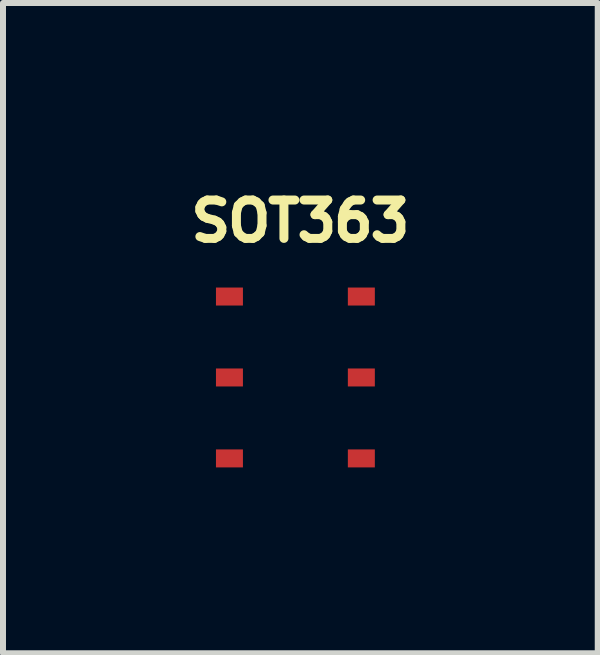
<source format=kicad_pcb>
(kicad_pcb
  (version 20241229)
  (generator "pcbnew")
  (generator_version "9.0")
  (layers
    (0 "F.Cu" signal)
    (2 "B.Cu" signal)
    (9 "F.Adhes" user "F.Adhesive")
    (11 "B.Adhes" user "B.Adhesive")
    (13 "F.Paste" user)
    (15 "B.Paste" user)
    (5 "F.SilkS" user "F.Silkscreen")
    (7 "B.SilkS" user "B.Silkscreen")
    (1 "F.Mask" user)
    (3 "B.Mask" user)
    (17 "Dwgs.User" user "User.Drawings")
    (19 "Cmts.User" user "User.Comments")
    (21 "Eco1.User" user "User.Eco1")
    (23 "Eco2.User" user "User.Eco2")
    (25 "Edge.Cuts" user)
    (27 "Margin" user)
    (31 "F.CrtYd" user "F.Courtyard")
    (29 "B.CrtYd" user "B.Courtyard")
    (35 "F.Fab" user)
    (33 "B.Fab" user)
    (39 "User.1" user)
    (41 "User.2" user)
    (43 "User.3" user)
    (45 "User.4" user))
  (footprint "SOT363"
    (layer "F.Cu")
    (at 0.777 4.596)
    (property "Reference" "SOT363" (at 1.183 -3.958 0) (layer "F.SilkS") (effects (font (size 0.64 0.64) (thickness 0.15))))
    (attr through_hole)
    (pad "1" smd rect (at 0 -2.7 180) (size 0.45 0.3) (layers "F.Cu" "F.Mask" "F.Paste"))
    (pad "2" smd rect (at 0 -1.35 180) (size 0.45 0.3) (layers "F.Cu" "F.Mask" "F.Paste"))
    (pad "3" smd rect (at 0 0 180) (size 0.45 0.3) (layers "F.Cu" "F.Mask" "F.Paste"))
    (pad "4" smd rect (at 2.2 0 180) (size 0.45 0.3) (layers "F.Cu" "F.Mask" "F.Paste"))
    (pad "5" smd rect (at 2.2 -1.35 180) (size 0.45 0.3) (layers "F.Cu" "F.Mask" "F.Paste"))
    (pad "6" smd rect (at 2.2 -2.7 180) (size 0.45 0.3) (layers "F.Cu" "F.Mask" "F.Paste")))
  (gr_rect
    (start -3 -3)
    (end 6.92 7.846)
    (stroke (width 0.1) (type default))
    (fill no)
    (layer "Edge.Cuts")))
</source>
